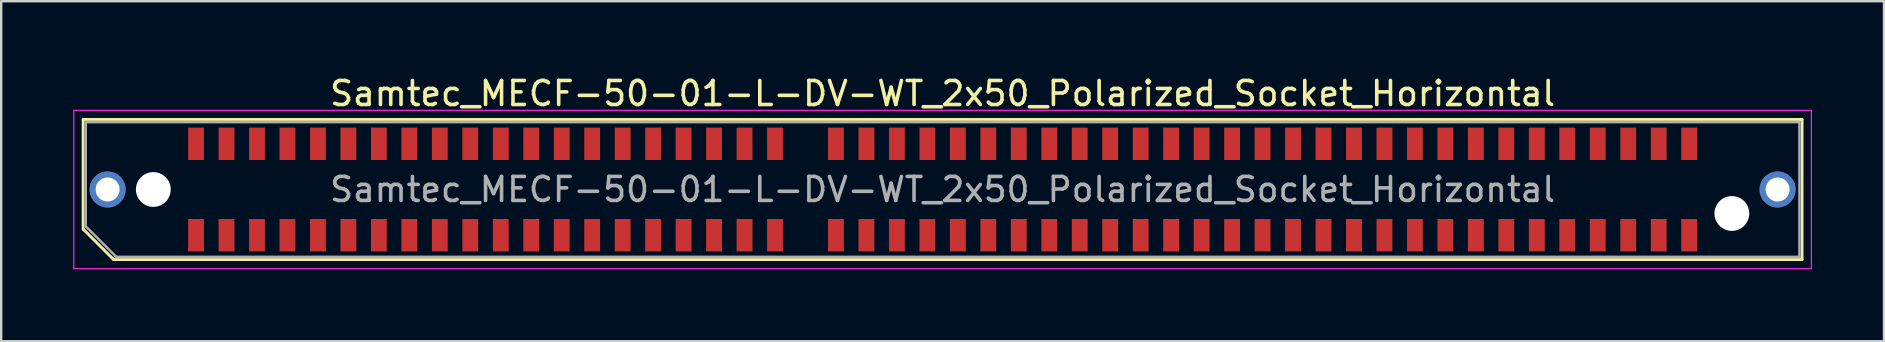
<source format=kicad_pcb>
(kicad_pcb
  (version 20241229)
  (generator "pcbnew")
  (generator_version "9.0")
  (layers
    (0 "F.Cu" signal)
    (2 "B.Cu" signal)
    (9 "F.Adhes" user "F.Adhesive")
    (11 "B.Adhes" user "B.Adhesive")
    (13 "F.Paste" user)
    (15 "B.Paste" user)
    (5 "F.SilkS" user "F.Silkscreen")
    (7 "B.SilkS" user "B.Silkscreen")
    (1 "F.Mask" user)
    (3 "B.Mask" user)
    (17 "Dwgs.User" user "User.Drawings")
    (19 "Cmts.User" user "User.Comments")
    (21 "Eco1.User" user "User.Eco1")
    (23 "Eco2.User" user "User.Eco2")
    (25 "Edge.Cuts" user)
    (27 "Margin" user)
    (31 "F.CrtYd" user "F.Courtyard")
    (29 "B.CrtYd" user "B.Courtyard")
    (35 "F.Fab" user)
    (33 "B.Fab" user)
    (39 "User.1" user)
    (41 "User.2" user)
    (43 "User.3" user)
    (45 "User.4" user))
  (footprint "Samtec_MECF-50-01-L-DV-WT_2x50_Polarized_Socket_Horizontal"
    (layer "F.Cu")
    (at 36.235 4.848)
    (property "Reference" "Samtec_MECF-50-01-L-DV-WT_2x50_Polarized_Socket_Horizontal" (at 0 -4 0) (layer "F.SilkS") (effects (font (size 1 1) (thickness 0.15))))
    (attr smd)
    (fp_line (start -35.82 -2.92) (end 35.82 -2.92) (stroke (width 0.12) (type solid)) (layer "F.SilkS"))
    (fp_line (start -35.82 1.65) (end -35.82 -2.92) (stroke (width 0.12) (type solid)) (layer "F.SilkS"))
    (fp_line (start -34.55 2.92) (end -35.82 1.65) (stroke (width 0.12) (type solid)) (layer "F.SilkS"))
    (fp_line (start -34.55 2.92) (end 35.82 2.92) (stroke (width 0.12) (type solid)) (layer "F.SilkS"))
    (fp_line (start 35.82 2.92) (end 35.82 -2.92) (stroke (width 0.12) (type solid)) (layer "F.SilkS"))
    (fp_line (start -36.21 -3.3) (end -36.21 3.3) (stroke (width 0.05) (type solid)) (layer "F.CrtYd"))
    (fp_line (start -36.21 3.3) (end 36.21 3.3) (stroke (width 0.05) (type solid)) (layer "F.CrtYd"))
    (fp_line (start 36.21 -3.3) (end -36.21 -3.3) (stroke (width 0.05) (type solid)) (layer "F.CrtYd"))
    (fp_line (start 36.21 3.3) (end 36.21 -3.3) (stroke (width 0.05) (type solid)) (layer "F.CrtYd"))
    (fp_line (start -35.71 -2.805) (end 35.71 -2.805) (stroke (width 0.1) (type solid)) (layer "F.Fab"))
    (fp_line (start -35.71 1.535) (end -35.71 -2.805) (stroke (width 0.1) (type solid)) (layer "F.Fab"))
    (fp_line (start -35.71 1.535) (end -34.44 2.805) (stroke (width 0.1) (type solid)) (layer "F.Fab"))
    (fp_line (start -34.44 2.805) (end 35.71 2.805) (stroke (width 0.1) (type solid)) (layer "F.Fab"))
    (fp_line (start 35.71 2.805) (end 35.71 -2.805) (stroke (width 0.1) (type solid)) (layer "F.Fab"))
    (fp_text user "${REFERENCE}" (at 0 0 0) (layer "F.Fab") (effects (font (size 1 1) (thickness 0.15))))
    (pad "" thru_hole circle (at -34.8 0) (size 1.5 1.5) (drill 1) (layers "*.Cu" "*.Mask"))
    (pad "" np_thru_hole circle (at -32.895 0) (size 1.45 1.45) (drill 1.45) (layers "*.Cu" "*.Mask"))
    (pad "" np_thru_hole circle (at 32.895 1) (size 1.45 1.45) (drill 1.45) (layers "*.Cu" "*.Mask"))
    (pad "" thru_hole circle (at 34.8 0) (size 1.5 1.5) (drill 1) (layers "*.Cu" "*.Mask"))
    (pad "1" smd rect (at -31.115 1.905) (size 0.66 1.35) (layers "F.Cu" "F.Mask" "F.Paste"))
    (pad "2" smd rect (at -31.115 -1.905) (size 0.66 1.35) (layers "F.Cu" "F.Mask" "F.Paste"))
    (pad "3" smd rect (at -29.845 1.905) (size 0.66 1.35) (layers "F.Cu" "F.Mask" "F.Paste"))
    (pad "4" smd rect (at -29.845 -1.905) (size 0.66 1.35) (layers "F.Cu" "F.Mask" "F.Paste"))
    (pad "5" smd rect (at -28.575 1.905) (size 0.66 1.35) (layers "F.Cu" "F.Mask" "F.Paste"))
    (pad "6" smd rect (at -28.575 -1.905) (size 0.66 1.35) (layers "F.Cu" "F.Mask" "F.Paste"))
    (pad "7" smd rect (at -27.305 1.905) (size 0.66 1.35) (layers "F.Cu" "F.Mask" "F.Paste"))
    (pad "8" smd rect (at -27.305 -1.905) (size 0.66 1.35) (layers "F.Cu" "F.Mask" "F.Paste"))
    (pad "9" smd rect (at -26.035 1.905) (size 0.66 1.35) (layers "F.Cu" "F.Mask" "F.Paste"))
    (pad "10" smd rect (at -26.035 -1.905) (size 0.66 1.35) (layers "F.Cu" "F.Mask" "F.Paste"))
    (pad "11" smd rect (at -24.765 1.905) (size 0.66 1.35) (layers "F.Cu" "F.Mask" "F.Paste"))
    (pad "12" smd rect (at -24.765 -1.905) (size 0.66 1.35) (layers "F.Cu" "F.Mask" "F.Paste"))
    (pad "13" smd rect (at -23.495 1.905) (size 0.66 1.35) (layers "F.Cu" "F.Mask" "F.Paste"))
    (pad "14" smd rect (at -23.495 -1.905) (size 0.66 1.35) (layers "F.Cu" "F.Mask" "F.Paste"))
    (pad "15" smd rect (at -22.225 1.905) (size 0.66 1.35) (layers "F.Cu" "F.Mask" "F.Paste"))
    (pad "16" smd rect (at -22.225 -1.905) (size 0.66 1.35) (layers "F.Cu" "F.Mask" "F.Paste"))
    (pad "17" smd rect (at -20.955 1.905) (size 0.66 1.35) (layers "F.Cu" "F.Mask" "F.Paste"))
    (pad "18" smd rect (at -20.955 -1.905) (size 0.66 1.35) (layers "F.Cu" "F.Mask" "F.Paste"))
    (pad "19" smd rect (at -19.685 1.905) (size 0.66 1.35) (layers "F.Cu" "F.Mask" "F.Paste"))
    (pad "20" smd rect (at -19.685 -1.905) (size 0.66 1.35) (layers "F.Cu" "F.Mask" "F.Paste"))
    (pad "21" smd rect (at -18.415 1.905) (size 0.66 1.35) (layers "F.Cu" "F.Mask" "F.Paste"))
    (pad "22" smd rect (at -18.415 -1.905) (size 0.66 1.35) (layers "F.Cu" "F.Mask" "F.Paste"))
    (pad "23" smd rect (at -17.145 1.905) (size 0.66 1.35) (layers "F.Cu" "F.Mask" "F.Paste"))
    (pad "24" smd rect (at -17.145 -1.905) (size 0.66 1.35) (layers "F.Cu" "F.Mask" "F.Paste"))
    (pad "25" smd rect (at -15.875 1.905) (size 0.66 1.35) (layers "F.Cu" "F.Mask" "F.Paste"))
    (pad "26" smd rect (at -15.875 -1.905) (size 0.66 1.35) (layers "F.Cu" "F.Mask" "F.Paste"))
    (pad "27" smd rect (at -14.605 1.905) (size 0.66 1.35) (layers "F.Cu" "F.Mask" "F.Paste"))
    (pad "28" smd rect (at -14.605 -1.905) (size 0.66 1.35) (layers "F.Cu" "F.Mask" "F.Paste"))
    (pad "29" smd rect (at -13.335 1.905) (size 0.66 1.35) (layers "F.Cu" "F.Mask" "F.Paste"))
    (pad "30" smd rect (at -13.335 -1.905) (size 0.66 1.35) (layers "F.Cu" "F.Mask" "F.Paste"))
    (pad "31" smd rect (at -12.065 1.905) (size 0.66 1.35) (layers "F.Cu" "F.Mask" "F.Paste"))
    (pad "32" smd rect (at -12.065 -1.905) (size 0.66 1.35) (layers "F.Cu" "F.Mask" "F.Paste"))
    (pad "33" smd rect (at -10.795 1.905) (size 0.66 1.35) (layers "F.Cu" "F.Mask" "F.Paste"))
    (pad "34" smd rect (at -10.795 -1.905) (size 0.66 1.35) (layers "F.Cu" "F.Mask" "F.Paste"))
    (pad "35" smd rect (at -9.525 1.905) (size 0.66 1.35) (layers "F.Cu" "F.Mask" "F.Paste"))
    (pad "36" smd rect (at -9.525 -1.905) (size 0.66 1.35) (layers "F.Cu" "F.Mask" "F.Paste"))
    (pad "37" smd rect (at -8.255 1.905) (size 0.66 1.35) (layers "F.Cu" "F.Mask" "F.Paste"))
    (pad "38" smd rect (at -8.255 -1.905) (size 0.66 1.35) (layers "F.Cu" "F.Mask" "F.Paste"))
    (pad "39" smd rect (at -6.985 1.905) (size 0.66 1.35) (layers "F.Cu" "F.Mask" "F.Paste"))
    (pad "40" smd rect (at -6.985 -1.905) (size 0.66 1.35) (layers "F.Cu" "F.Mask" "F.Paste"))
    (pad "43" smd rect (at -4.445 1.905) (size 0.66 1.35) (layers "F.Cu" "F.Mask" "F.Paste"))
    (pad "44" smd rect (at -4.445 -1.905) (size 0.66 1.35) (layers "F.Cu" "F.Mask" "F.Paste"))
    (pad "45" smd rect (at -3.175 1.905) (size 0.66 1.35) (layers "F.Cu" "F.Mask" "F.Paste"))
    (pad "46" smd rect (at -3.175 -1.905) (size 0.66 1.35) (layers "F.Cu" "F.Mask" "F.Paste"))
    (pad "47" smd rect (at -1.905 1.905) (size 0.66 1.35) (layers "F.Cu" "F.Mask" "F.Paste"))
    (pad "48" smd rect (at -1.905 -1.905) (size 0.66 1.35) (layers "F.Cu" "F.Mask" "F.Paste"))
    (pad "49" smd rect (at -0.635 1.905) (size 0.66 1.35) (layers "F.Cu" "F.Mask" "F.Paste"))
    (pad "50" smd rect (at -0.635 -1.905) (size 0.66 1.35) (layers "F.Cu" "F.Mask" "F.Paste"))
    (pad "51" smd rect (at 0.635 1.905) (size 0.66 1.35) (layers "F.Cu" "F.Mask" "F.Paste"))
    (pad "52" smd rect (at 0.635 -1.905) (size 0.66 1.35) (layers "F.Cu" "F.Mask" "F.Paste"))
    (pad "53" smd rect (at 1.905 1.905) (size 0.66 1.35) (layers "F.Cu" "F.Mask" "F.Paste"))
    (pad "54" smd rect (at 1.905 -1.905) (size 0.66 1.35) (layers "F.Cu" "F.Mask" "F.Paste"))
    (pad "55" smd rect (at 3.175 1.905) (size 0.66 1.35) (layers "F.Cu" "F.Mask" "F.Paste"))
    (pad "56" smd rect (at 3.175 -1.905) (size 0.66 1.35) (layers "F.Cu" "F.Mask" "F.Paste"))
    (pad "57" smd rect (at 4.445 1.905) (size 0.66 1.35) (layers "F.Cu" "F.Mask" "F.Paste"))
    (pad "58" smd rect (at 4.445 -1.905) (size 0.66 1.35) (layers "F.Cu" "F.Mask" "F.Paste"))
    (pad "59" smd rect (at 5.715 1.905) (size 0.66 1.35) (layers "F.Cu" "F.Mask" "F.Paste"))
    (pad "60" smd rect (at 5.715 -1.905) (size 0.66 1.35) (layers "F.Cu" "F.Mask" "F.Paste"))
    (pad "61" smd rect (at 6.985 1.905) (size 0.66 1.35) (layers "F.Cu" "F.Mask" "F.Paste"))
    (pad "62" smd rect (at 6.985 -1.905) (size 0.66 1.35) (layers "F.Cu" "F.Mask" "F.Paste"))
    (pad "63" smd rect (at 8.255 1.905) (size 0.66 1.35) (layers "F.Cu" "F.Mask" "F.Paste"))
    (pad "64" smd rect (at 8.255 -1.905) (size 0.66 1.35) (layers "F.Cu" "F.Mask" "F.Paste"))
    (pad "65" smd rect (at 9.525 1.905) (size 0.66 1.35) (layers "F.Cu" "F.Mask" "F.Paste"))
    (pad "66" smd rect (at 9.525 -1.905) (size 0.66 1.35) (layers "F.Cu" "F.Mask" "F.Paste"))
    (pad "67" smd rect (at 10.795 1.905) (size 0.66 1.35) (layers "F.Cu" "F.Mask" "F.Paste"))
    (pad "68" smd rect (at 10.795 -1.905) (size 0.66 1.35) (layers "F.Cu" "F.Mask" "F.Paste"))
    (pad "69" smd rect (at 12.065 1.905) (size 0.66 1.35) (layers "F.Cu" "F.Mask" "F.Paste"))
    (pad "70" smd rect (at 12.065 -1.905) (size 0.66 1.35) (layers "F.Cu" "F.Mask" "F.Paste"))
    (pad "71" smd rect (at 13.335 1.905) (size 0.66 1.35) (layers "F.Cu" "F.Mask" "F.Paste"))
    (pad "72" smd rect (at 13.335 -1.905) (size 0.66 1.35) (layers "F.Cu" "F.Mask" "F.Paste"))
    (pad "73" smd rect (at 14.605 1.905) (size 0.66 1.35) (layers "F.Cu" "F.Mask" "F.Paste"))
    (pad "74" smd rect (at 14.605 -1.905) (size 0.66 1.35) (layers "F.Cu" "F.Mask" "F.Paste"))
    (pad "75" smd rect (at 15.875 1.905) (size 0.66 1.35) (layers "F.Cu" "F.Mask" "F.Paste"))
    (pad "76" smd rect (at 15.875 -1.905) (size 0.66 1.35) (layers "F.Cu" "F.Mask" "F.Paste"))
    (pad "77" smd rect (at 17.145 1.905) (size 0.66 1.35) (layers "F.Cu" "F.Mask" "F.Paste"))
    (pad "78" smd rect (at 17.145 -1.905) (size 0.66 1.35) (layers "F.Cu" "F.Mask" "F.Paste"))
    (pad "79" smd rect (at 18.415 1.905) (size 0.66 1.35) (layers "F.Cu" "F.Mask" "F.Paste"))
    (pad "80" smd rect (at 18.415 -1.905) (size 0.66 1.35) (layers "F.Cu" "F.Mask" "F.Paste"))
    (pad "81" smd rect (at 19.685 1.905) (size 0.66 1.35) (layers "F.Cu" "F.Mask" "F.Paste"))
    (pad "82" smd rect (at 19.685 -1.905) (size 0.66 1.35) (layers "F.Cu" "F.Mask" "F.Paste"))
    (pad "83" smd rect (at 20.955 1.905) (size 0.66 1.35) (layers "F.Cu" "F.Mask" "F.Paste"))
    (pad "84" smd rect (at 20.955 -1.905) (size 0.66 1.35) (layers "F.Cu" "F.Mask" "F.Paste"))
    (pad "85" smd rect (at 22.225 1.905) (size 0.66 1.35) (layers "F.Cu" "F.Mask" "F.Paste"))
    (pad "86" smd rect (at 22.225 -1.905) (size 0.66 1.35) (layers "F.Cu" "F.Mask" "F.Paste"))
    (pad "87" smd rect (at 23.495 1.905) (size 0.66 1.35) (layers "F.Cu" "F.Mask" "F.Paste"))
    (pad "88" smd rect (at 23.495 -1.905) (size 0.66 1.35) (layers "F.Cu" "F.Mask" "F.Paste"))
    (pad "89" smd rect (at 24.765 1.905) (size 0.66 1.35) (layers "F.Cu" "F.Mask" "F.Paste"))
    (pad "90" smd rect (at 24.765 -1.905) (size 0.66 1.35) (layers "F.Cu" "F.Mask" "F.Paste"))
    (pad "91" smd rect (at 26.035 1.905) (size 0.66 1.35) (layers "F.Cu" "F.Mask" "F.Paste"))
    (pad "92" smd rect (at 26.035 -1.905) (size 0.66 1.35) (layers "F.Cu" "F.Mask" "F.Paste"))
    (pad "93" smd rect (at 27.305 1.905) (size 0.66 1.35) (layers "F.Cu" "F.Mask" "F.Paste"))
    (pad "94" smd rect (at 27.305 -1.905) (size 0.66 1.35) (layers "F.Cu" "F.Mask" "F.Paste"))
    (pad "95" smd rect (at 28.575 1.905) (size 0.66 1.35) (layers "F.Cu" "F.Mask" "F.Paste"))
    (pad "96" smd rect (at 28.575 -1.905) (size 0.66 1.35) (layers "F.Cu" "F.Mask" "F.Paste"))
    (pad "97" smd rect (at 29.845 1.905) (size 0.66 1.35) (layers "F.Cu" "F.Mask" "F.Paste"))
    (pad "98" smd rect (at 29.845 -1.905) (size 0.66 1.35) (layers "F.Cu" "F.Mask" "F.Paste"))
    (pad "99" smd rect (at 31.115 1.905) (size 0.66 1.35) (layers "F.Cu" "F.Mask" "F.Paste"))
    (pad "100" smd rect (at 31.115 -1.905) (size 0.66 1.35) (layers "F.Cu" "F.Mask" "F.Paste")))
  (gr_rect
    (start -3 -3)
    (end 75.47 11.173)
    (stroke (width 0.1) (type default))
    (fill no)
    (layer "Edge.Cuts")))
</source>
